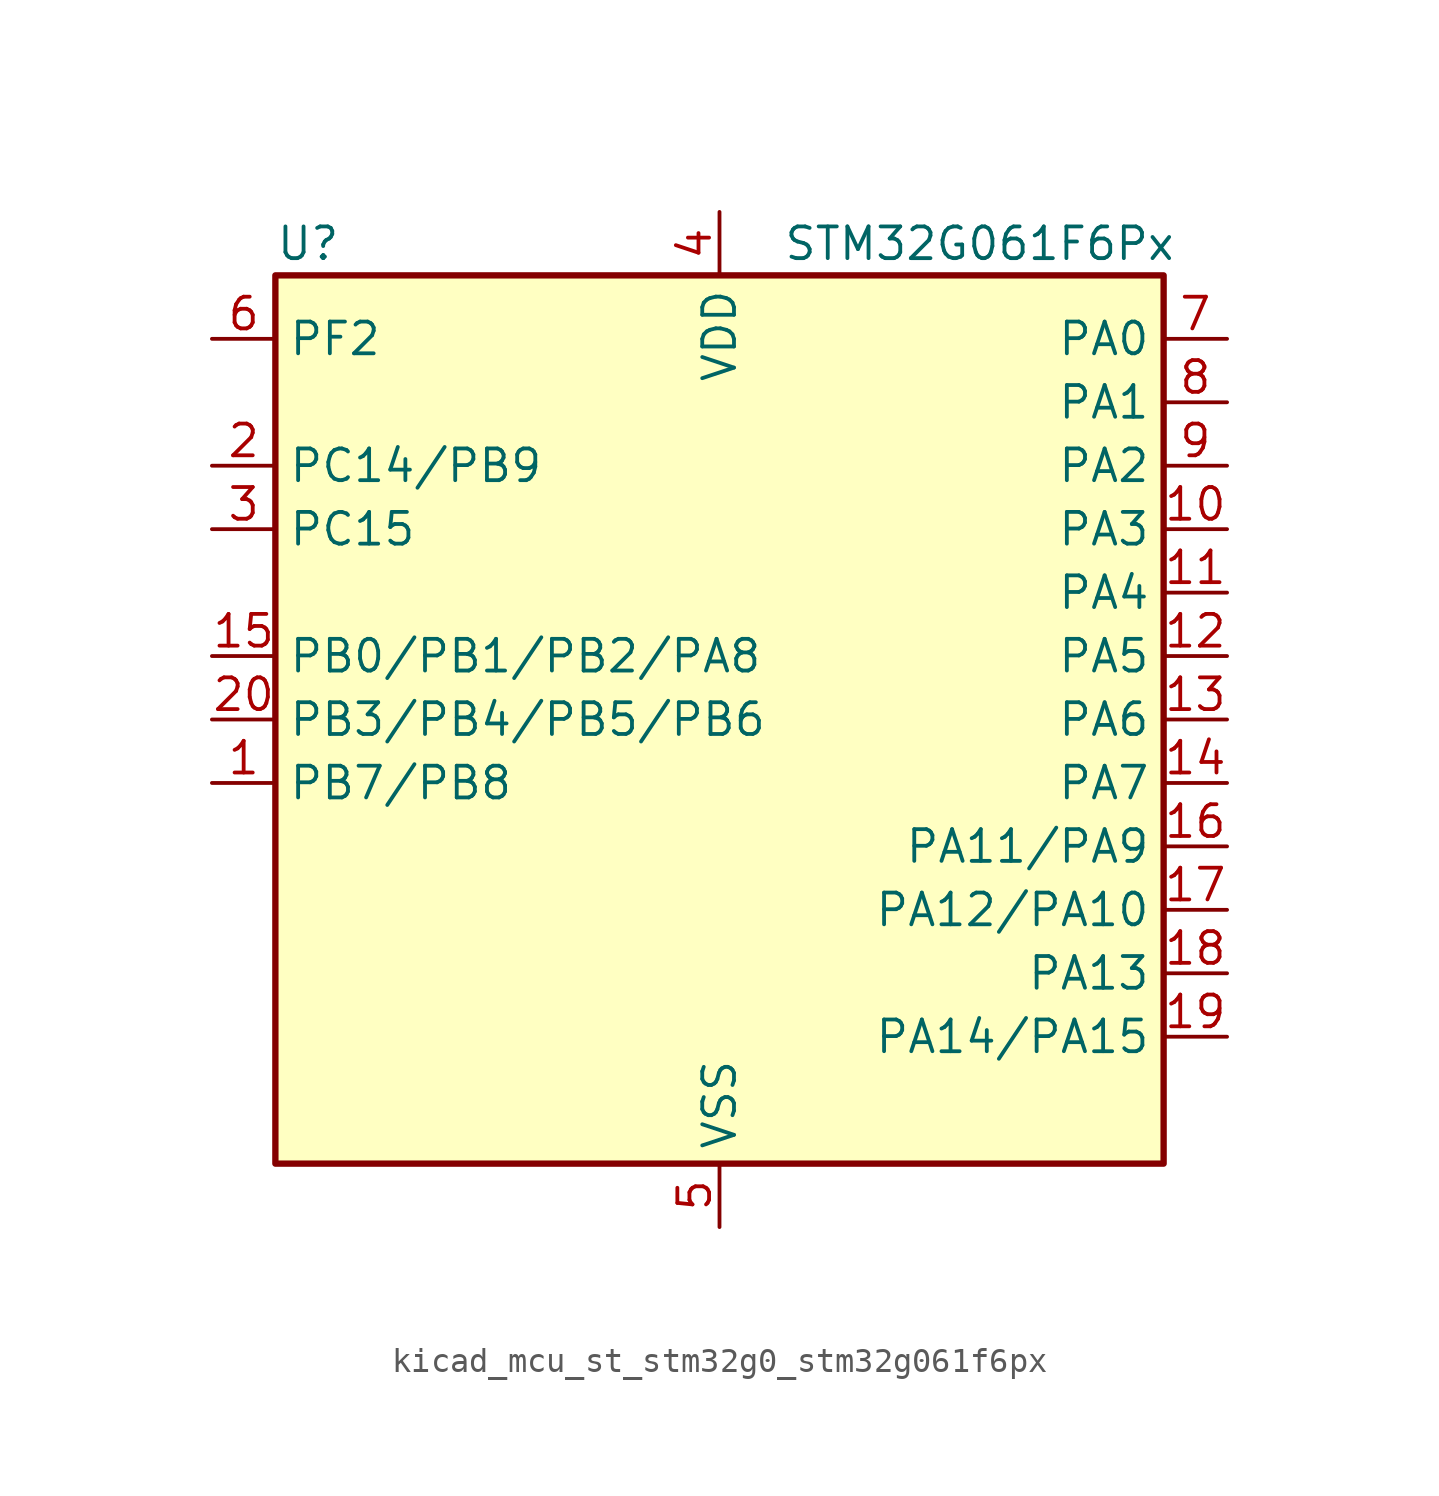
<source format=kicad_sym>
(kicad_symbol_lib
  (version 20220914)
  (generator kicad_symbol_editor)
  (symbol "kicad_mcu_st_stm32g0_stm32g061f6px"
    (property "Reference" "U"
      (at -17.78 19.05 0)
      (effects (font (size 1.27 1.27)) (justify left)))
    (property "Value" "STM32G061F6Px"
      (at 2.54 19.05 0)
      (effects (font (size 1.27 1.27)) (justify left)))
    (property "ki_locked" ""
      (at 0 0 0)
      (effects (font (size 1.27 1.27))))
    (symbol "kicad_mcu_st_stm32g0_stm32g061f6px_0_1"
      (rectangle (start -17.78 -17.78) (end 17.78 17.78) (stroke (width 0.254) (type default)) (fill (type background))))
    (symbol "kicad_mcu_st_stm32g0_stm32g061f6px_1_1"
      (pin bidirectional line (at -20.32 -2.54 0) (length 2.54) (name "PB7/PB8" (effects (font (size 1.27 1.27)))) (number "1" (effects (font (size 1.27 1.27)))) (alternate "ADC1_IN11" bidirectional line) (alternate "COMP2_INM" bidirectional line) (alternate "I2C1_SDA" bidirectional line) (alternate "LPTIM1_IN2" bidirectional line) (alternate "SPI2_MOSI" bidirectional line) (alternate "SYS_PVD_IN" bidirectional line) (alternate "TIM17_CH1N" bidirectional line) (alternate "USART1_RX" bidirectional line))
      (pin bidirectional line (at 20.32 7.62 180) (length 2.54) (name "PA3" (effects (font (size 1.27 1.27)))) (number "10" (effects (font (size 1.27 1.27)))) (alternate "ADC1_IN3" bidirectional line) (alternate "COMP2_INP" bidirectional line) (alternate "LPUART1_RX" bidirectional line) (alternate "SPI2_MISO" bidirectional line) (alternate "TIM15_CH2" bidirectional line) (alternate "TIM2_CH4" bidirectional line) (alternate "USART2_RX" bidirectional line))
      (pin bidirectional line (at 20.32 5.08 180) (length 2.54) (name "PA4" (effects (font (size 1.27 1.27)))) (number "11" (effects (font (size 1.27 1.27)))) (alternate "ADC1_IN4" bidirectional line) (alternate "DAC1_OUT1" bidirectional line) (alternate "I2S1_WS" bidirectional line) (alternate "LPTIM2_OUT" bidirectional line) (alternate "RTC_OUT1" bidirectional line) (alternate "RTC_TAMP_IN1" bidirectional line) (alternate "RTC_TS" bidirectional line) (alternate "SPI1_NSS" bidirectional line) (alternate "SPI2_MOSI" bidirectional line) (alternate "SYS_WKUP2" bidirectional line) (alternate "TIM14_CH1" bidirectional line))
      (pin bidirectional line (at 20.32 2.54 180) (length 2.54) (name "PA5" (effects (font (size 1.27 1.27)))) (number "12" (effects (font (size 1.27 1.27)))) (alternate "ADC1_IN5" bidirectional line) (alternate "DAC1_OUT2" bidirectional line) (alternate "I2S1_CK" bidirectional line) (alternate "LPTIM2_ETR" bidirectional line) (alternate "SPI1_SCK" bidirectional line) (alternate "TIM2_CH1" bidirectional line) (alternate "TIM2_ETR" bidirectional line))
      (pin bidirectional line (at 20.32 0 180) (length 2.54) (name "PA6" (effects (font (size 1.27 1.27)))) (number "13" (effects (font (size 1.27 1.27)))) (alternate "ADC1_IN6" bidirectional line) (alternate "COMP1_OUT" bidirectional line) (alternate "I2S1_MCK" bidirectional line) (alternate "LPUART1_CTS" bidirectional line) (alternate "SPI1_MISO" bidirectional line) (alternate "TIM16_CH1" bidirectional line) (alternate "TIM1_BK" bidirectional line) (alternate "TIM3_CH1" bidirectional line))
      (pin bidirectional line (at 20.32 -2.54 180) (length 2.54) (name "PA7" (effects (font (size 1.27 1.27)))) (number "14" (effects (font (size 1.27 1.27)))) (alternate "ADC1_IN7" bidirectional line) (alternate "COMP2_OUT" bidirectional line) (alternate "I2S1_SD" bidirectional line) (alternate "SPI1_MOSI" bidirectional line) (alternate "TIM14_CH1" bidirectional line) (alternate "TIM17_CH1" bidirectional line) (alternate "TIM1_CH1N" bidirectional line) (alternate "TIM3_CH2" bidirectional line))
      (pin bidirectional line (at -20.32 2.54 0) (length 2.54) (name "PB0/PB1/PB2/PA8" (effects (font (size 1.27 1.27)))) (number "15" (effects (font (size 1.27 1.27)))) (alternate "ADC1_IN8" bidirectional line) (alternate "COMP1_OUT" bidirectional line) (alternate "I2S1_WS" bidirectional line) (alternate "LPTIM1_OUT" bidirectional line) (alternate "SPI1_NSS" bidirectional line) (alternate "TIM1_CH2N" bidirectional line) (alternate "TIM3_CH3" bidirectional line))
      (pin bidirectional line (at 20.32 -5.08 180) (length 2.54) (name "PA11/PA9" (effects (font (size 1.27 1.27)))) (number "16" (effects (font (size 1.27 1.27)))) (alternate "ADC1_EXTI11" bidirectional line) (alternate "ADC1_IN15" bidirectional line) (alternate "COMP1_OUT" bidirectional line) (alternate "I2C2_SCL" bidirectional line) (alternate "I2S1_MCK" bidirectional line) (alternate "SPI1_MISO" bidirectional line) (alternate "TIM1_BK2" bidirectional line) (alternate "TIM1_CH4" bidirectional line) (alternate "USART1_CTS" bidirectional line) (alternate "USART1_NSS" bidirectional line))
      (pin bidirectional line (at 20.32 -7.62 180) (length 2.54) (name "PA12/PA10" (effects (font (size 1.27 1.27)))) (number "17" (effects (font (size 1.27 1.27)))) (alternate "ADC1_IN16" bidirectional line) (alternate "COMP2_OUT" bidirectional line) (alternate "I2C2_SDA" bidirectional line) (alternate "I2S1_SD" bidirectional line) (alternate "I2S_CKIN" bidirectional line) (alternate "SPI1_MOSI" bidirectional line) (alternate "TIM1_ETR" bidirectional line) (alternate "USART1_CK" bidirectional line) (alternate "USART1_DE" bidirectional line) (alternate "USART1_RTS" bidirectional line))
      (pin bidirectional line (at 20.32 -10.16 180) (length 2.54) (name "PA13" (effects (font (size 1.27 1.27)))) (number "18" (effects (font (size 1.27 1.27)))) (alternate "ADC1_IN17" bidirectional line) (alternate "IR_OUT" bidirectional line) (alternate "SYS_SWDIO" bidirectional line))
      (pin bidirectional line (at 20.32 -12.7 180) (length 2.54) (name "PA14/PA15" (effects (font (size 1.27 1.27)))) (number "19" (effects (font (size 1.27 1.27)))) (alternate "ADC1_IN18" bidirectional line) (alternate "SYS_SWCLK" bidirectional line) (alternate "USART2_TX" bidirectional line))
      (pin bidirectional line (at -20.32 10.16 0) (length 2.54) (name "PC14/PB9" (effects (font (size 1.27 1.27)))) (number "2" (effects (font (size 1.27 1.27)))) (alternate "RCC_OSC32_IN" bidirectional line) (alternate "RCC_OSC_IN" bidirectional line) (alternate "TIM1_BK2" bidirectional line))
      (pin bidirectional line (at -20.32 0 0) (length 2.54) (name "PB3/PB4/PB5/PB6" (effects (font (size 1.27 1.27)))) (number "20" (effects (font (size 1.27 1.27)))) (alternate "COMP2_INM" bidirectional line) (alternate "I2S1_CK" bidirectional line) (alternate "SPI1_SCK" bidirectional line) (alternate "TIM1_CH2" bidirectional line) (alternate "TIM2_CH2" bidirectional line) (alternate "USART1_CK" bidirectional line) (alternate "USART1_DE" bidirectional line) (alternate "USART1_RTS" bidirectional line))
      (pin bidirectional line (at -20.32 7.62 0) (length 2.54) (name "PC15" (effects (font (size 1.27 1.27)))) (number "3" (effects (font (size 1.27 1.27)))) (alternate "RCC_OSC32_EN" bidirectional line) (alternate "RCC_OSC32_OUT" bidirectional line) (alternate "RCC_OSC_EN" bidirectional line) (alternate "TIM15_BK" bidirectional line))
      (pin power_in line (at 0 20.32 270) (length 2.54) (name "VDD" (effects (font (size 1.27 1.27)))) (number "4" (effects (font (size 1.27 1.27)))))
      (pin power_in line (at 0 -20.32 90) (length 2.54) (name "VSS" (effects (font (size 1.27 1.27)))) (number "5" (effects (font (size 1.27 1.27)))))
      (pin bidirectional line (at -20.32 15.24 0) (length 2.54) (name "PF2" (effects (font (size 1.27 1.27)))) (number "6" (effects (font (size 1.27 1.27)))) (alternate "RCC_MCO" bidirectional line))
      (pin bidirectional line (at 20.32 15.24 180) (length 2.54) (name "PA0" (effects (font (size 1.27 1.27)))) (number "7" (effects (font (size 1.27 1.27)))) (alternate "ADC1_IN0" bidirectional line) (alternate "COMP1_INM" bidirectional line) (alternate "COMP1_OUT" bidirectional line) (alternate "LPTIM1_OUT" bidirectional line) (alternate "RTC_TAMP_IN2" bidirectional line) (alternate "SPI2_SCK" bidirectional line) (alternate "SYS_WKUP1" bidirectional line) (alternate "TIM2_CH1" bidirectional line) (alternate "TIM2_ETR" bidirectional line) (alternate "USART2_CTS" bidirectional line) (alternate "USART2_NSS" bidirectional line))
      (pin bidirectional line (at 20.32 12.7 180) (length 2.54) (name "PA1" (effects (font (size 1.27 1.27)))) (number "8" (effects (font (size 1.27 1.27)))) (alternate "ADC1_IN1" bidirectional line) (alternate "COMP1_INP" bidirectional line) (alternate "I2C1_SMBA" bidirectional line) (alternate "I2S1_CK" bidirectional line) (alternate "SPI1_SCK" bidirectional line) (alternate "TIM15_CH1N" bidirectional line) (alternate "TIM2_CH2" bidirectional line) (alternate "USART2_CK" bidirectional line) (alternate "USART2_DE" bidirectional line) (alternate "USART2_RTS" bidirectional line))
      (pin bidirectional line (at 20.32 10.16 180) (length 2.54) (name "PA2" (effects (font (size 1.27 1.27)))) (number "9" (effects (font (size 1.27 1.27)))) (alternate "ADC1_IN2" bidirectional line) (alternate "COMP2_INM" bidirectional line) (alternate "COMP2_OUT" bidirectional line) (alternate "I2S1_SD" bidirectional line) (alternate "LPUART1_TX" bidirectional line) (alternate "RCC_LSCO" bidirectional line) (alternate "SPI1_MOSI" bidirectional line) (alternate "SYS_WKUP4" bidirectional line) (alternate "TIM15_CH1" bidirectional line) (alternate "TIM2_CH3" bidirectional line) (alternate "USART2_TX" bidirectional line)))))
</source>
